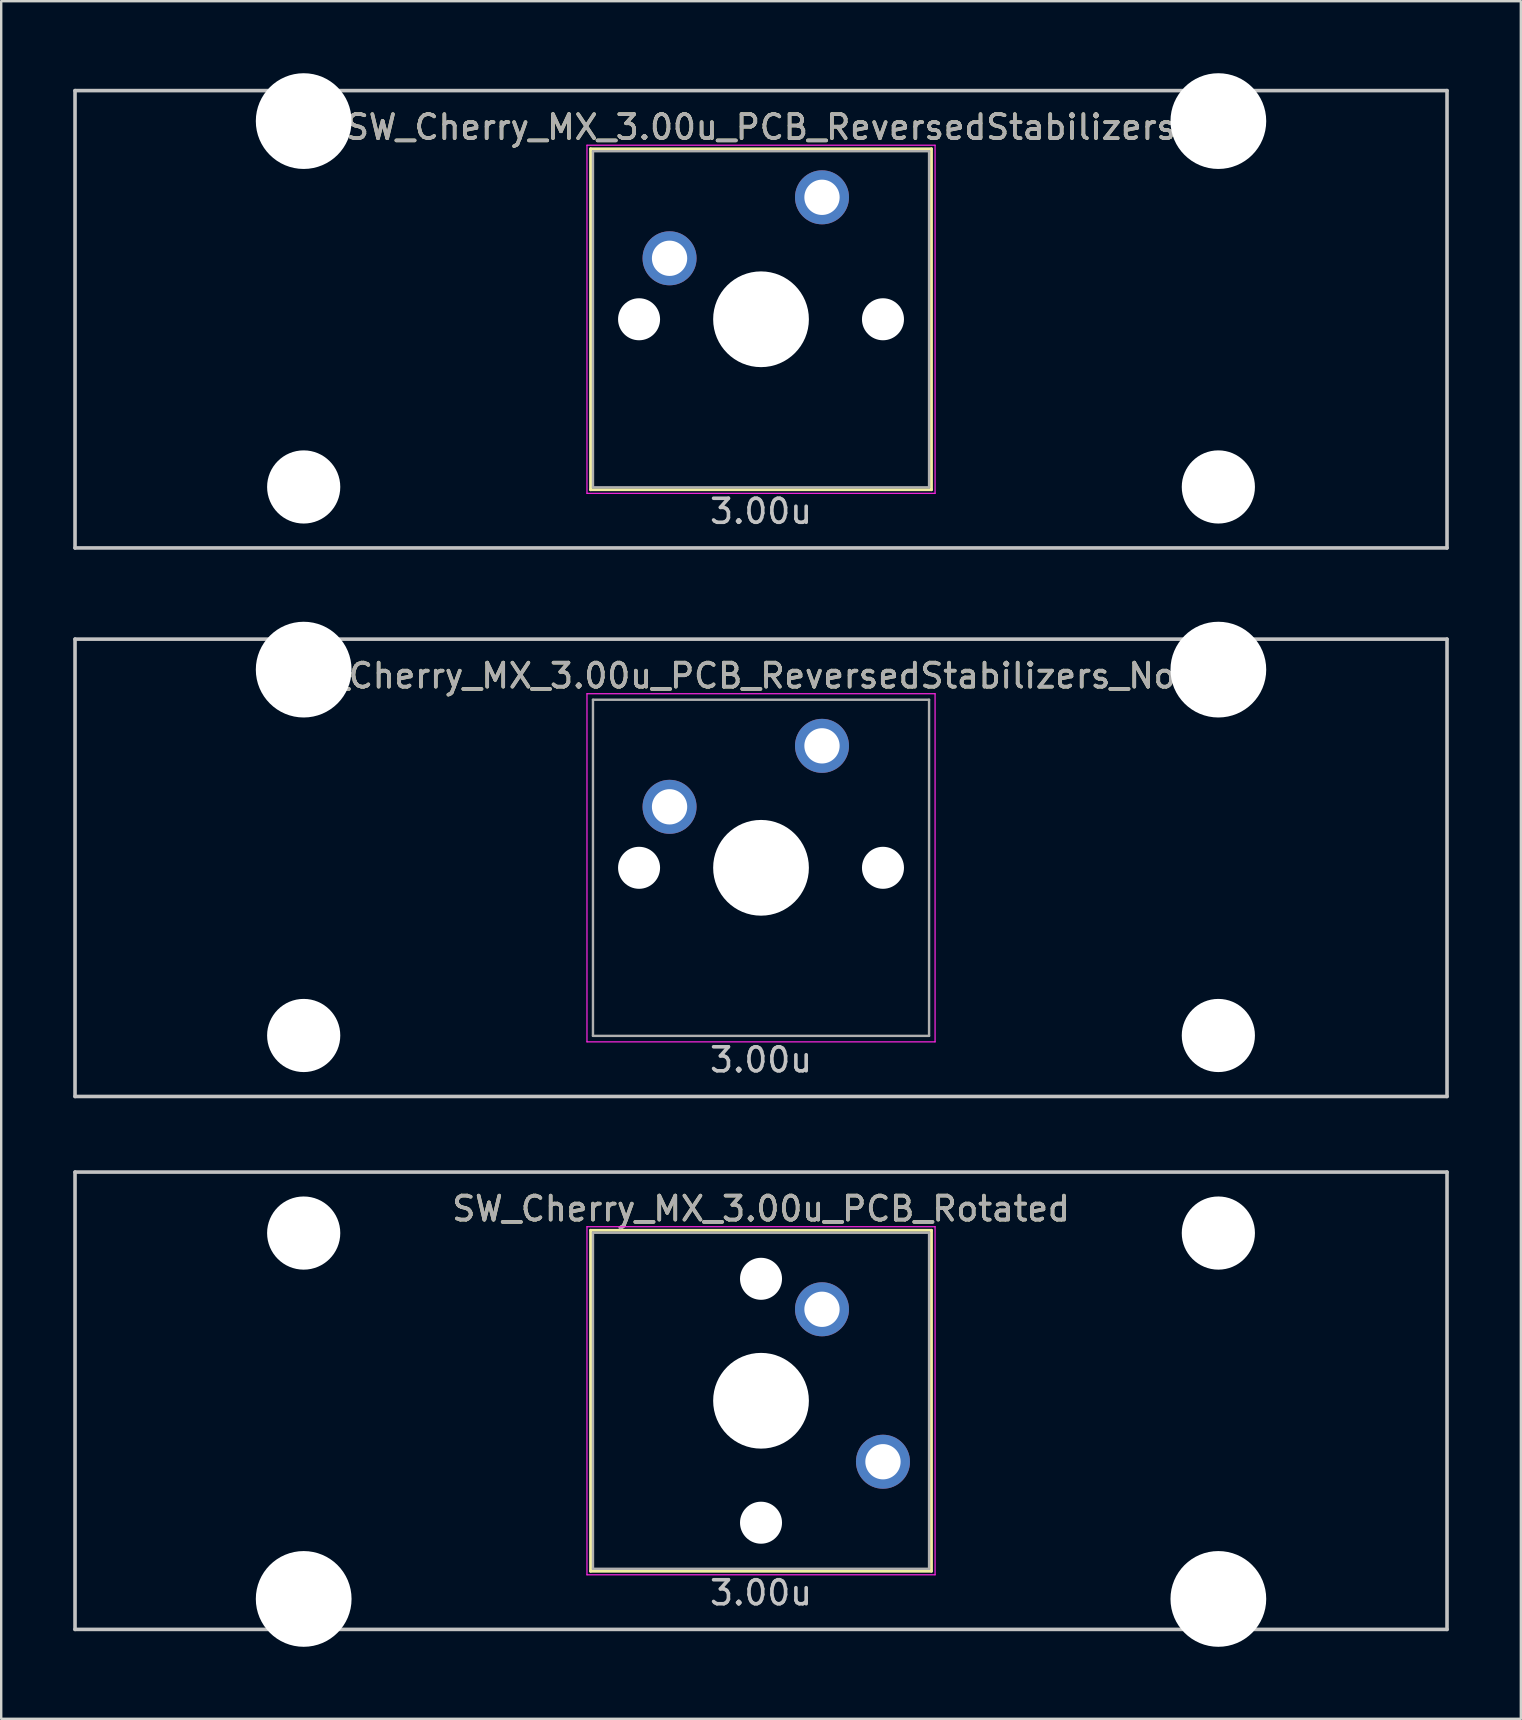
<source format=kicad_pcb>
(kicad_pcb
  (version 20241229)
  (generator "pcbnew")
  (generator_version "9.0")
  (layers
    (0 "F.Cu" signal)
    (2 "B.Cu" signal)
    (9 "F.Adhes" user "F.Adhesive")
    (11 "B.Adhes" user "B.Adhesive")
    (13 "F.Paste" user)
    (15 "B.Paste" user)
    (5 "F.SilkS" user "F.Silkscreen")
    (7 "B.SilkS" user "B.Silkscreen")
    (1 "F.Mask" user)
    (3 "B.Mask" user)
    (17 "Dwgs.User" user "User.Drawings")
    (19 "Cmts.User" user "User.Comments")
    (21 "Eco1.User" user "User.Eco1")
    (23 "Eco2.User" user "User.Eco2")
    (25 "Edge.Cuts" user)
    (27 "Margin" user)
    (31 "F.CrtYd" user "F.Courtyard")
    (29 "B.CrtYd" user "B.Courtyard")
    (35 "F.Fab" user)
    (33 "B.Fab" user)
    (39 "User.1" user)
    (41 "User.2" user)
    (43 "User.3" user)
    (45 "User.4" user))
  (footprint "SW_Cherry_MX_3.00u_PCB_ReversedStabilizers"
    (layer "F.Cu")
    (at 28.65 10.249)
    (property "Reference" "SW_Cherry_MX_3.00u_PCB_ReversedStabilizers" (at 0 -8 0) (layer "F.SilkS") (effects (font (size 1 1) (thickness 0.15))))
    (attr through_hole)
    (fp_line (start -7.1 -7.1) (end 7.1 -7.1) (stroke (width 0.12) (type solid)) (layer "F.SilkS"))
    (fp_line (start -7.1 7.1) (end -7.1 -7.1) (stroke (width 0.12) (type solid)) (layer "F.SilkS"))
    (fp_line (start 7.1 -7.1) (end 7.1 7.1) (stroke (width 0.12) (type solid)) (layer "F.SilkS"))
    (fp_line (start 7.1 7.1) (end -7.1 7.1) (stroke (width 0.12) (type solid)) (layer "F.SilkS"))
    (fp_line (start -28.575 -9.525) (end 28.575 -9.525) (stroke (width 0.15) (type solid)) (layer "Dwgs.User"))
    (fp_line (start -28.575 9.525) (end -28.575 -9.525) (stroke (width 0.15) (type solid)) (layer "Dwgs.User"))
    (fp_line (start -28.575 9.525) (end 28.575 9.525) (stroke (width 0.15) (type solid)) (layer "Dwgs.User"))
    (fp_line (start 28.575 -9.525) (end 28.575 9.525) (stroke (width 0.15) (type solid)) (layer "Dwgs.User"))
    (fp_line (start -7.25 -7.25) (end 7.25 -7.25) (stroke (width 0.05) (type solid)) (layer "F.CrtYd"))
    (fp_line (start -7.25 7.25) (end -7.25 -7.25) (stroke (width 0.05) (type solid)) (layer "F.CrtYd"))
    (fp_line (start 7.25 -7.25) (end 7.25 7.25) (stroke (width 0.05) (type solid)) (layer "F.CrtYd"))
    (fp_line (start 7.25 7.25) (end -7.25 7.25) (stroke (width 0.05) (type solid)) (layer "F.CrtYd"))
    (fp_line (start -7 -7) (end 7 -7) (stroke (width 0.1) (type solid)) (layer "F.Fab"))
    (fp_line (start -7 7) (end -7 -7) (stroke (width 0.1) (type solid)) (layer "F.Fab"))
    (fp_line (start 7 -7) (end 7 7) (stroke (width 0.1) (type solid)) (layer "F.Fab"))
    (fp_line (start 7 7) (end -7 7) (stroke (width 0.1) (type solid)) (layer "F.Fab"))
    (fp_text user "3.00u" (at 0 8 0) (layer "Dwgs.User") (effects (font (size 1 1) (thickness 0.15))))
    (fp_text user "${REFERENCE}" (at 0 -8 0) (layer "F.Fab") (effects (font (size 1 1) (thickness 0.15))))
    (pad "" np_thru_hole circle (at -19.05 -8.255) (size 3.988 3.988) (drill 3.988) (layers "*.Cu" "*.Mask"))
    (pad "" np_thru_hole circle (at -19.05 6.985) (size 3.048 3.048) (drill 3.048) (layers "*.Cu" "*.Mask"))
    (pad "" np_thru_hole circle (at -5.08 0 48.1) (size 1.75 1.75) (drill 1.75) (layers "*.Cu" "*.Mask"))
    (pad "" np_thru_hole circle (at 0 0) (size 3.988 3.988) (drill 3.988) (layers "*.Cu" "*.Mask"))
    (pad "" np_thru_hole circle (at 5.08 0 48.1) (size 1.75 1.75) (drill 1.75) (layers "*.Cu" "*.Mask"))
    (pad "" np_thru_hole circle (at 19.05 -8.255) (size 3.988 3.988) (drill 3.988) (layers "*.Cu" "*.Mask"))
    (pad "" np_thru_hole circle (at 19.05 6.985) (size 3.048 3.048) (drill 3.048) (layers "*.Cu" "*.Mask"))
    (pad "1" thru_hole circle (at -3.81 -2.54 48.1) (size 2.25 2.25) (drill 1.47) (layers "*.Cu" "B.Mask"))
    (pad "2" thru_hole circle (at 2.54 -5.08) (size 2.25 2.25) (drill 1.47) (layers "*.Cu" "B.Mask")))
  (footprint "SW_Cherry_MX_3.00u_PCB_Rotated"
    (layer "F.Cu")
    (at 28.65 55.298)
    (property "Reference" "SW_Cherry_MX_3.00u_PCB_Rotated" (at 0 -8 0) (layer "F.SilkS") (effects (font (size 1 1) (thickness 0.15))))
    (attr through_hole)
    (fp_line (start -7.1 -7.1) (end 7.1 -7.1) (stroke (width 0.12) (type solid)) (layer "F.SilkS"))
    (fp_line (start -7.1 7.1) (end -7.1 -7.1) (stroke (width 0.12) (type solid)) (layer "F.SilkS"))
    (fp_line (start 7.1 -7.1) (end 7.1 7.1) (stroke (width 0.12) (type solid)) (layer "F.SilkS"))
    (fp_line (start 7.1 7.1) (end -7.1 7.1) (stroke (width 0.12) (type solid)) (layer "F.SilkS"))
    (fp_line (start -28.575 -9.525) (end 28.575 -9.525) (stroke (width 0.15) (type solid)) (layer "Dwgs.User"))
    (fp_line (start -28.575 9.525) (end -28.575 -9.525) (stroke (width 0.15) (type solid)) (layer "Dwgs.User"))
    (fp_line (start -28.575 9.525) (end 28.575 9.525) (stroke (width 0.15) (type solid)) (layer "Dwgs.User"))
    (fp_line (start 28.575 -9.525) (end 28.575 9.525) (stroke (width 0.15) (type solid)) (layer "Dwgs.User"))
    (fp_line (start -7.25 -7.25) (end 7.25 -7.25) (stroke (width 0.05) (type solid)) (layer "F.CrtYd"))
    (fp_line (start -7.25 7.25) (end -7.25 -7.25) (stroke (width 0.05) (type solid)) (layer "F.CrtYd"))
    (fp_line (start 7.25 -7.25) (end 7.25 7.25) (stroke (width 0.05) (type solid)) (layer "F.CrtYd"))
    (fp_line (start 7.25 7.25) (end -7.25 7.25) (stroke (width 0.05) (type solid)) (layer "F.CrtYd"))
    (fp_line (start -7 -7) (end 7 -7) (stroke (width 0.1) (type solid)) (layer "F.Fab"))
    (fp_line (start -7 7) (end -7 -7) (stroke (width 0.1) (type solid)) (layer "F.Fab"))
    (fp_line (start 7 -7) (end 7 7) (stroke (width 0.1) (type solid)) (layer "F.Fab"))
    (fp_line (start 7 7) (end -7 7) (stroke (width 0.1) (type solid)) (layer "F.Fab"))
    (fp_text user "3.00u" (at 0 8 0) (layer "Dwgs.User") (effects (font (size 1 1) (thickness 0.15))))
    (fp_text user "${REFERENCE}" (at 0 -8 0) (layer "F.Fab") (effects (font (size 1 1) (thickness 0.15))))
    (pad "" np_thru_hole circle (at -19.05 -6.985) (size 3.048 3.048) (drill 3.048) (layers "*.Cu" "*.Mask"))
    (pad "" np_thru_hole circle (at -19.05 8.255) (size 3.988 3.988) (drill 3.988) (layers "*.Cu" "*.Mask"))
    (pad "" np_thru_hole circle (at 0 -5.08 318.1) (size 1.75 1.75) (drill 1.75) (layers "*.Cu" "*.Mask"))
    (pad "" np_thru_hole circle (at 0 0 270) (size 3.988 3.988) (drill 3.988) (layers "*.Cu" "*.Mask"))
    (pad "" np_thru_hole circle (at 0 5.08 318.1) (size 1.75 1.75) (drill 1.75) (layers "*.Cu" "*.Mask"))
    (pad "" np_thru_hole circle (at 19.05 -6.985) (size 3.048 3.048) (drill 3.048) (layers "*.Cu" "*.Mask"))
    (pad "" np_thru_hole circle (at 19.05 8.255) (size 3.988 3.988) (drill 3.988) (layers "*.Cu" "*.Mask"))
    (pad "1" thru_hole circle (at 2.54 -3.81 318.1) (size 2.25 2.25) (drill 1.47) (layers "*.Cu" "B.Mask"))
    (pad "2" thru_hole circle (at 5.08 2.54 270) (size 2.25 2.25) (drill 1.47) (layers "*.Cu" "B.Mask")))
  (footprint "SW_Cherry_MX_3.00u_PCB_ReversedStabilizers_NoSilk"
    (layer "F.Cu")
    (at 28.65 33.098)
    (property "Reference" "SW_Cherry_MX_3.00u_PCB_ReversedStabilizers_NoSilk" (at 0 -8 0) (layer "F.SilkS") (effects (font (size 1 1) (thickness 0.15))))
    (attr through_hole)
    (fp_line (start -28.575 -9.525) (end 28.575 -9.525) (stroke (width 0.15) (type solid)) (layer "Dwgs.User"))
    (fp_line (start -28.575 9.525) (end -28.575 -9.525) (stroke (width 0.15) (type solid)) (layer "Dwgs.User"))
    (fp_line (start -28.575 9.525) (end 28.575 9.525) (stroke (width 0.15) (type solid)) (layer "Dwgs.User"))
    (fp_line (start 28.575 -9.525) (end 28.575 9.525) (stroke (width 0.15) (type solid)) (layer "Dwgs.User"))
    (fp_line (start -7.25 -7.25) (end 7.25 -7.25) (stroke (width 0.05) (type solid)) (layer "F.CrtYd"))
    (fp_line (start -7.25 7.25) (end -7.25 -7.25) (stroke (width 0.05) (type solid)) (layer "F.CrtYd"))
    (fp_line (start 7.25 -7.25) (end 7.25 7.25) (stroke (width 0.05) (type solid)) (layer "F.CrtYd"))
    (fp_line (start 7.25 7.25) (end -7.25 7.25) (stroke (width 0.05) (type solid)) (layer "F.CrtYd"))
    (fp_line (start -7 -7) (end 7 -7) (stroke (width 0.1) (type solid)) (layer "F.Fab"))
    (fp_line (start -7 7) (end -7 -7) (stroke (width 0.1) (type solid)) (layer "F.Fab"))
    (fp_line (start 7 -7) (end 7 7) (stroke (width 0.1) (type solid)) (layer "F.Fab"))
    (fp_line (start 7 7) (end -7 7) (stroke (width 0.1) (type solid)) (layer "F.Fab"))
    (fp_text user "3.00u" (at 0 8 0) (layer "Dwgs.User") (effects (font (size 1 1) (thickness 0.15))))
    (fp_text user "${REFERENCE}" (at 0 -8 0) (layer "F.Fab") (effects (font (size 1 1) (thickness 0.15))))
    (pad "" np_thru_hole circle (at -19.05 -8.255) (size 3.988 3.988) (drill 3.988) (layers "*.Cu" "*.Mask"))
    (pad "" np_thru_hole circle (at -19.05 6.985) (size 3.048 3.048) (drill 3.048) (layers "*.Cu" "*.Mask"))
    (pad "" np_thru_hole circle (at -5.08 0 48.1) (size 1.75 1.75) (drill 1.75) (layers "*.Cu" "*.Mask"))
    (pad "" np_thru_hole circle (at 0 0) (size 3.988 3.988) (drill 3.988) (layers "*.Cu" "*.Mask"))
    (pad "" np_thru_hole circle (at 5.08 0 48.1) (size 1.75 1.75) (drill 1.75) (layers "*.Cu" "*.Mask"))
    (pad "" np_thru_hole circle (at 19.05 -8.255) (size 3.988 3.988) (drill 3.988) (layers "*.Cu" "*.Mask"))
    (pad "" np_thru_hole circle (at 19.05 6.985) (size 3.048 3.048) (drill 3.048) (layers "*.Cu" "*.Mask"))
    (pad "1" thru_hole circle (at -3.81 -2.54 48.1) (size 2.25 2.25) (drill 1.47) (layers "*.Cu" "B.Mask"))
    (pad "2" thru_hole circle (at 2.54 -5.08) (size 2.25 2.25) (drill 1.47) (layers "*.Cu" "B.Mask")))
  (gr_rect
    (start -3 -3)
    (end 60.3 68.547)
    (stroke (width 0.1) (type default))
    (fill no)
    (layer "Edge.Cuts")))
</source>
